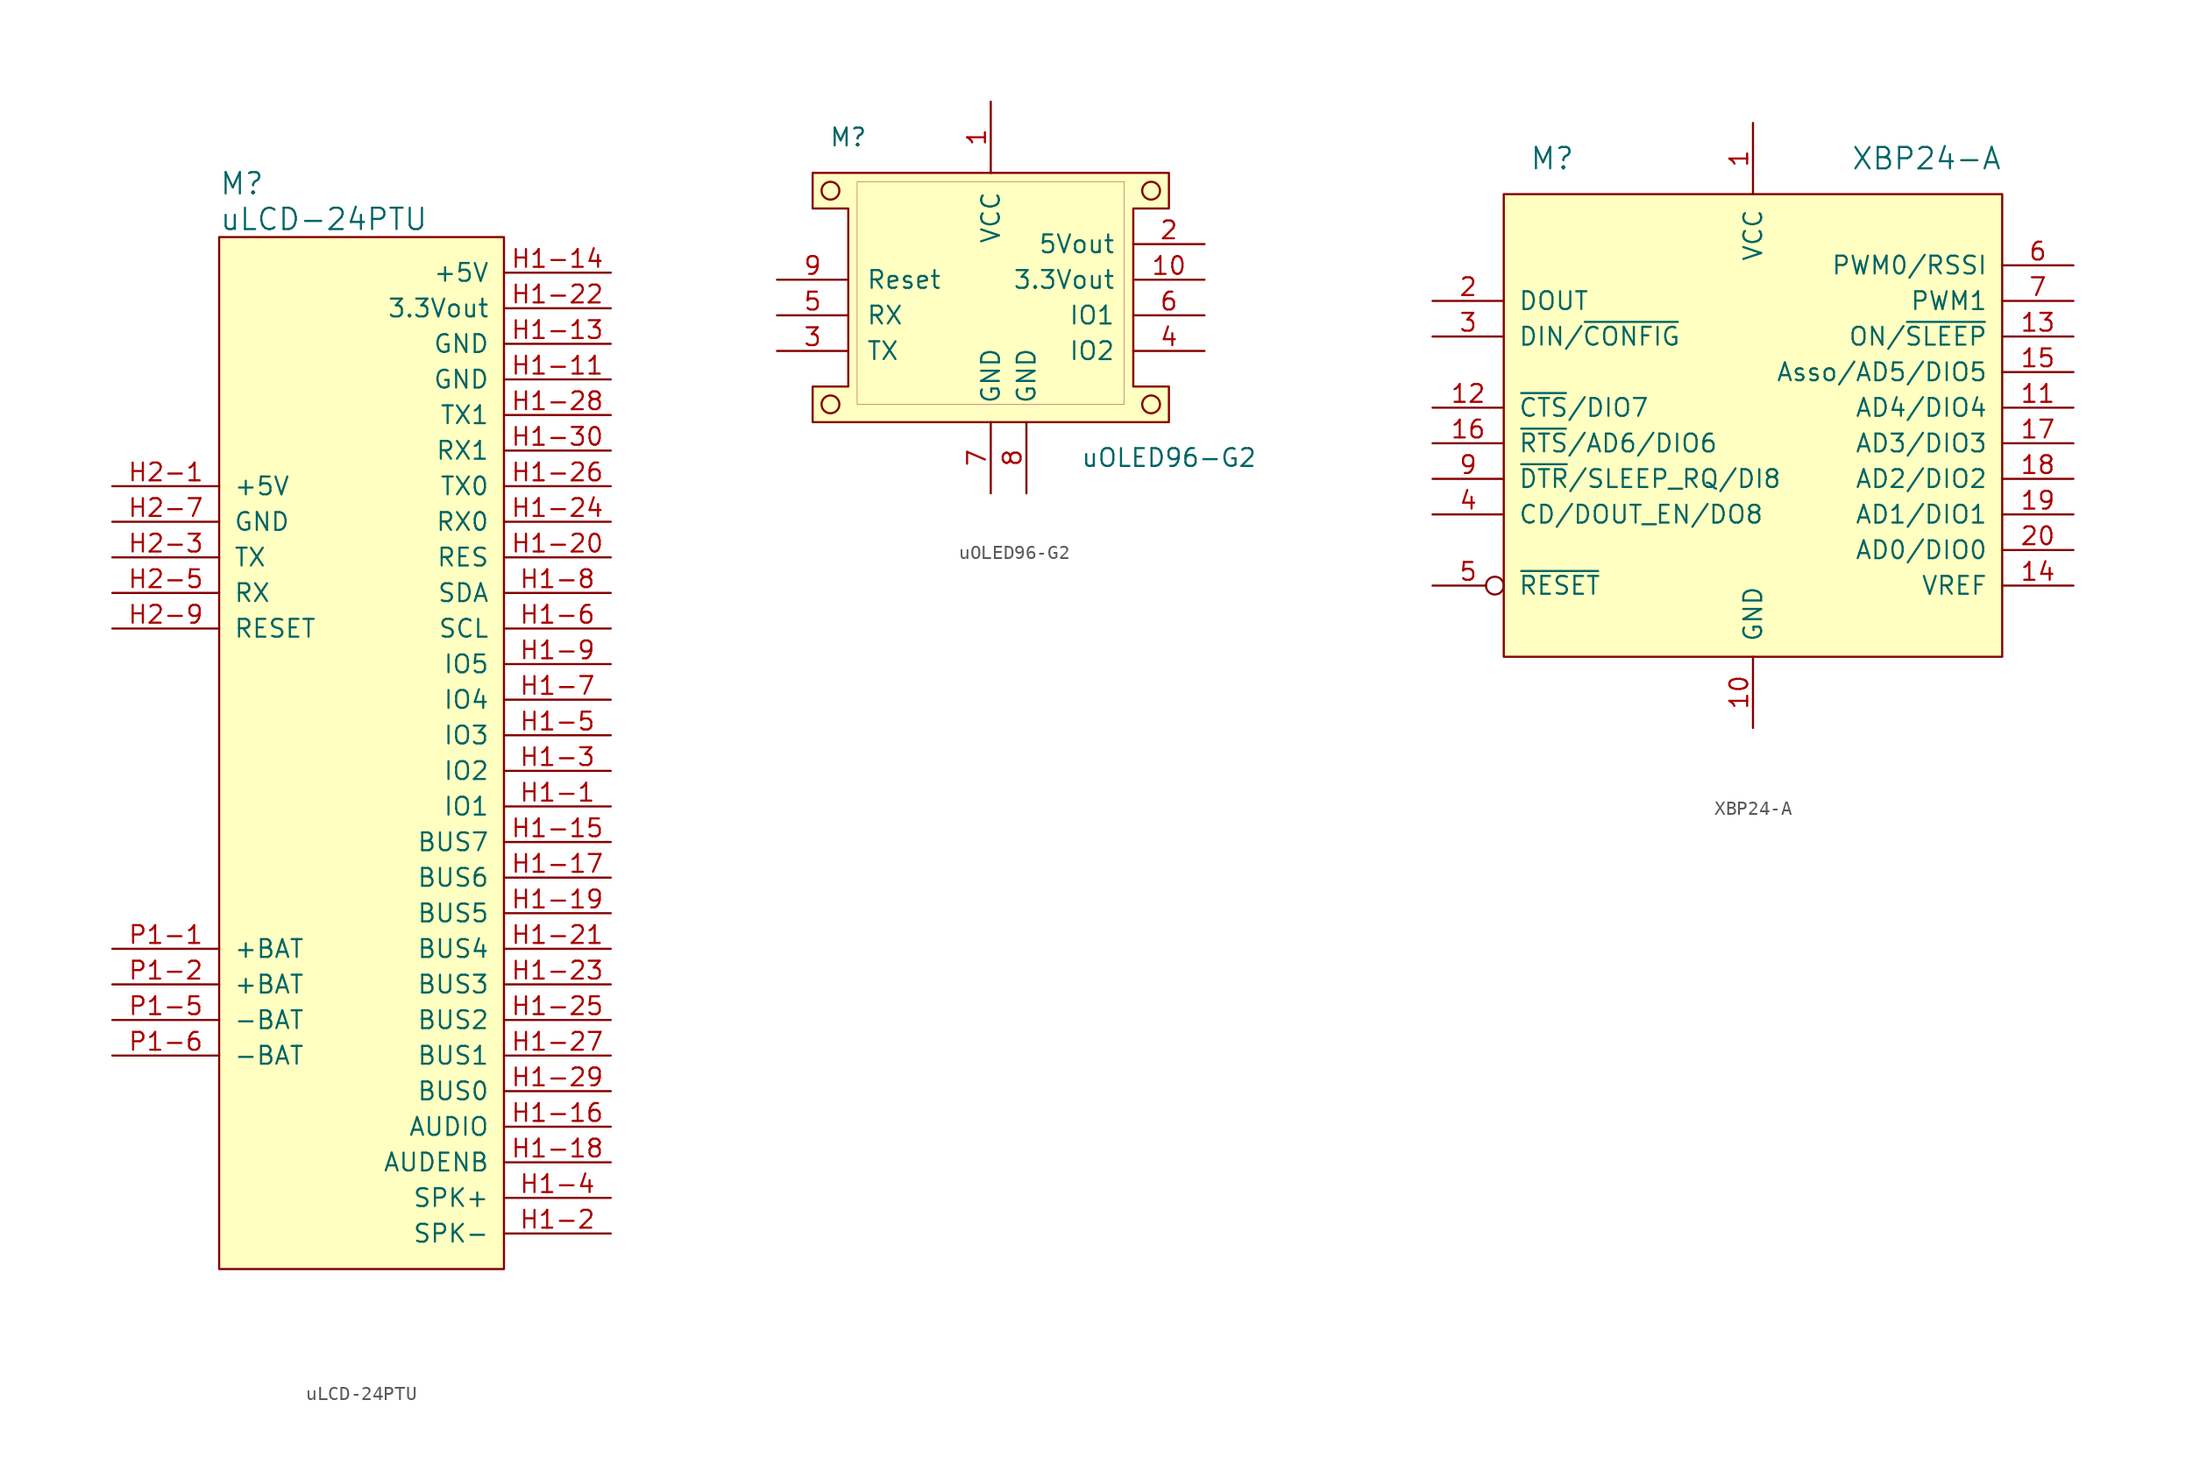
<source format=kicad_sym>
(kicad_symbol_lib
  (version 20211014)
  (generator kicad_symbol_editor)
  (symbol "uLCD-24PTU"
    (pin_names
      (offset 1.016))
    (property "Reference" "M"
      (at -10.16 39.37 0)
      (effects (font (size 1.524 1.524)) (justify left)))
    (property "Value" "uLCD-24PTU"
      (at -10.16 36.83 0)
      (effects (font (size 1.524 1.524)) (justify left)))
    (symbol "uLCD-24PTU_1_1"
      (rectangle (start -10.16 35.56) (end 10.16 -38.1) (stroke (width 0.152) (type default) (color 0 0 0 0)) (fill (type background)))
      (pin bidirectional line (at 17.78 -5.08 180) (length 7.62) (name "IO1" (effects (font (size 1.27 1.27)))) (number "H1-1" (effects (font (size 1.27 1.27)))))
      (pin power_in line (at 17.78 25.4 180) (length 7.62) (name "GND" (effects (font (size 1.27 1.27)))) (number "H1-11" (effects (font (size 1.27 1.27)))))
      (pin power_in line (at 17.78 27.94 180) (length 7.62) (name "GND" (effects (font (size 1.27 1.27)))) (number "H1-13" (effects (font (size 1.27 1.27)))))
      (pin power_in line (at 17.78 33.02 180) (length 7.62) (name "+5V" (effects (font (size 1.27 1.27)))) (number "H1-14" (effects (font (size 1.27 1.27)))))
      (pin bidirectional line (at 17.78 -7.62 180) (length 7.62) (name "BUS7" (effects (font (size 1.27 1.27)))) (number "H1-15" (effects (font (size 1.27 1.27)))))
      (pin bidirectional line (at 17.78 -27.94 180) (length 7.62) (name "AUDIO" (effects (font (size 1.27 1.27)))) (number "H1-16" (effects (font (size 1.27 1.27)))))
      (pin bidirectional line (at 17.78 -10.16 180) (length 7.62) (name "BUS6" (effects (font (size 1.27 1.27)))) (number "H1-17" (effects (font (size 1.27 1.27)))))
      (pin input line (at 17.78 -30.48 180) (length 7.62) (name "AUDENB" (effects (font (size 1.27 1.27)))) (number "H1-18" (effects (font (size 1.27 1.27)))))
      (pin bidirectional line (at 17.78 -12.7 180) (length 7.62) (name "BUS5" (effects (font (size 1.27 1.27)))) (number "H1-19" (effects (font (size 1.27 1.27)))))
      (pin output line (at 17.78 -35.56 180) (length 7.62) (name "SPK-" (effects (font (size 1.27 1.27)))) (number "H1-2" (effects (font (size 1.27 1.27)))))
      (pin input line (at 17.78 12.7 180) (length 7.62) (name "RES" (effects (font (size 1.27 1.27)))) (number "H1-20" (effects (font (size 1.27 1.27)))))
      (pin bidirectional line (at 17.78 -15.24 180) (length 7.62) (name "BUS4" (effects (font (size 1.27 1.27)))) (number "H1-21" (effects (font (size 1.27 1.27)))))
      (pin power_out line (at 17.78 30.48 180) (length 7.62) (name "3.3Vout" (effects (font (size 1.27 1.27)))) (number "H1-22" (effects (font (size 1.27 1.27)))))
      (pin bidirectional line (at 17.78 -17.78 180) (length 7.62) (name "BUS3" (effects (font (size 1.27 1.27)))) (number "H1-23" (effects (font (size 1.27 1.27)))))
      (pin input line (at 17.78 15.24 180) (length 7.62) (name "RX0" (effects (font (size 1.27 1.27)))) (number "H1-24" (effects (font (size 1.27 1.27)))))
      (pin bidirectional line (at 17.78 -20.32 180) (length 7.62) (name "BUS2" (effects (font (size 1.27 1.27)))) (number "H1-25" (effects (font (size 1.27 1.27)))))
      (pin output line (at 17.78 17.78 180) (length 7.62) (name "TX0" (effects (font (size 1.27 1.27)))) (number "H1-26" (effects (font (size 1.27 1.27)))))
      (pin bidirectional line (at 17.78 -22.86 180) (length 7.62) (name "BUS1" (effects (font (size 1.27 1.27)))) (number "H1-27" (effects (font (size 1.27 1.27)))))
      (pin output line (at 17.78 22.86 180) (length 7.62) (name "TX1" (effects (font (size 1.27 1.27)))) (number "H1-28" (effects (font (size 1.27 1.27)))))
      (pin bidirectional line (at 17.78 -25.4 180) (length 7.62) (name "BUS0" (effects (font (size 1.27 1.27)))) (number "H1-29" (effects (font (size 1.27 1.27)))))
      (pin bidirectional line (at 17.78 -2.54 180) (length 7.62) (name "IO2" (effects (font (size 1.27 1.27)))) (number "H1-3" (effects (font (size 1.27 1.27)))))
      (pin input line (at 17.78 20.32 180) (length 7.62) (name "RX1" (effects (font (size 1.27 1.27)))) (number "H1-30" (effects (font (size 1.27 1.27)))))
      (pin output line (at 17.78 -33.02 180) (length 7.62) (name "SPK+" (effects (font (size 1.27 1.27)))) (number "H1-4" (effects (font (size 1.27 1.27)))))
      (pin bidirectional line (at 17.78 0 180) (length 7.62) (name "IO3" (effects (font (size 1.27 1.27)))) (number "H1-5" (effects (font (size 1.27 1.27)))))
      (pin output line (at 17.78 7.62 180) (length 7.62) (name "SCL" (effects (font (size 1.27 1.27)))) (number "H1-6" (effects (font (size 1.27 1.27)))))
      (pin bidirectional line (at 17.78 2.54 180) (length 7.62) (name "IO4" (effects (font (size 1.27 1.27)))) (number "H1-7" (effects (font (size 1.27 1.27)))))
      (pin bidirectional line (at 17.78 10.16 180) (length 7.62) (name "SDA" (effects (font (size 1.27 1.27)))) (number "H1-8" (effects (font (size 1.27 1.27)))))
      (pin bidirectional line (at 17.78 5.08 180) (length 7.62) (name "IO5" (effects (font (size 1.27 1.27)))) (number "H1-9" (effects (font (size 1.27 1.27)))))
      (pin power_in line (at -17.78 17.78 0) (length 7.62) (name "+5V" (effects (font (size 1.27 1.27)))) (number "H2-1" (effects (font (size 1.27 1.27)))))
      (pin output line (at -17.78 12.7 0) (length 7.62) (name "TX" (effects (font (size 1.27 1.27)))) (number "H2-3" (effects (font (size 1.27 1.27)))))
      (pin input line (at -17.78 10.16 0) (length 7.62) (name "RX" (effects (font (size 1.27 1.27)))) (number "H2-5" (effects (font (size 1.27 1.27)))))
      (pin power_in line (at -17.78 15.24 0) (length 7.62) (name "GND" (effects (font (size 1.27 1.27)))) (number "H2-7" (effects (font (size 1.27 1.27)))))
      (pin input line (at -17.78 7.62 0) (length 7.62) (name "RESET" (effects (font (size 1.27 1.27)))) (number "H2-9" (effects (font (size 1.27 1.27)))))
      (pin power_in line (at -17.78 -15.24 0) (length 7.62) (name "+BAT" (effects (font (size 1.27 1.27)))) (number "P1-1" (effects (font (size 1.27 1.27)))))
      (pin power_in line (at -17.78 -17.78 0) (length 7.62) (name "+BAT" (effects (font (size 1.27 1.27)))) (number "P1-2" (effects (font (size 1.27 1.27)))))
      (pin power_in line (at -17.78 -20.32 0) (length 7.62) (name "-BAT" (effects (font (size 1.27 1.27)))) (number "P1-5" (effects (font (size 1.27 1.27)))))
      (pin power_in line (at -17.78 -22.86 0) (length 7.62) (name "-BAT" (effects (font (size 1.27 1.27)))) (number "P1-6" (effects (font (size 1.27 1.27)))))))
  (symbol "uOLED96-G2"
    (pin_names
      (offset 1.27))
    (property "Reference" "M"
      (at -10.16 12.7 0)
      (effects (font (size 1.27 1.27))))
    (property "Value" "uOLED96-G2"
      (at 12.7 -10.16 0)
      (effects (font (size 1.27 1.27))))
    (symbol "uOLED96-G2_0_0"
      (pin power_in line (at 0 15.24 270) (length 5.08) (name "VCC" (effects (font (size 1.27 1.27)))) (number "1" (effects (font (size 1.27 1.27)))))
      (pin power_out line (at 15.24 2.54 180) (length 5.08) (name "3.3Vout" (effects (font (size 1.27 1.27)))) (number "10" (effects (font (size 1.27 1.27)))))
      (pin power_out line (at 15.24 5.08 180) (length 5.08) (name "5Vout" (effects (font (size 1.27 1.27)))) (number "2" (effects (font (size 1.27 1.27)))))
      (pin output line (at -15.24 -2.54 0) (length 5.08) (name "TX" (effects (font (size 1.27 1.27)))) (number "3" (effects (font (size 1.27 1.27)))))
      (pin bidirectional line (at 15.24 -2.54 180) (length 5.08) (name "IO2" (effects (font (size 1.27 1.27)))) (number "4" (effects (font (size 1.27 1.27)))))
      (pin input line (at -15.24 0 0) (length 5.08) (name "RX" (effects (font (size 1.27 1.27)))) (number "5" (effects (font (size 1.27 1.27)))))
      (pin bidirectional line (at 15.24 0 180) (length 5.08) (name "IO1" (effects (font (size 1.27 1.27)))) (number "6" (effects (font (size 1.27 1.27)))))
      (pin power_in line (at 0 -12.7 90) (length 5.08) (name "GND" (effects (font (size 1.27 1.27)))) (number "7" (effects (font (size 1.27 1.27)))))
      (pin power_in line (at 2.54 -12.7 90) (length 5.08) (name "GND" (effects (font (size 1.27 1.27)))) (number "8" (effects (font (size 1.27 1.27)))))
      (pin input line (at -15.24 2.54 0) (length 5.08) (name "Reset" (effects (font (size 1.27 1.27)))) (number "9" (effects (font (size 1.27 1.27))))))
    (symbol "uOLED96-G2_0_1"
      (circle (center -11.43 -6.35) (radius 0.635) (stroke (width 0) (type default) (color 0 0 0 0)) (fill (type none)))
      (circle (center -11.43 8.89) (radius 0.635) (stroke (width 0) (type default) (color 0 0 0 0)) (fill (type none)))
      (rectangle (start -9.525 9.525) (end 9.525 -6.35) (stroke (width 0.025) (type default) (color 0 0 0 0)) (fill (type none)))
      (polyline (pts (xy -12.7 10.16) (xy -12.7 7.62) (xy -10.16 7.62) (xy -10.16 -5.08) (xy -12.7 -5.08) (xy -12.7 -7.62) (xy 12.7 -7.62) (xy 12.7 -5.08) (xy 10.16 -5.08) (xy 10.16 7.62) (xy 12.7 7.62) (xy 12.7 10.16) (xy -12.7 10.16)) (stroke (width 0) (type default) (color 0 0 0 0)) (fill (type background)))
      (circle (center 11.43 -6.35) (radius 0.635) (stroke (width 0) (type default) (color 0 0 0 0)) (fill (type none)))
      (circle (center 11.43 8.89) (radius 0.635) (stroke (width 0) (type default) (color 0 0 0 0)) (fill (type none)))))
  (symbol "XBP24-A"
    (pin_names
      (offset 1.016))
    (property "Reference" "M"
      (at -12.7 17.78 0)
      (effects (font (size 1.524 1.524)) (justify right)))
    (property "Value" "XBP24-A"
      (at 17.78 17.78 0)
      (effects (font (size 1.524 1.524)) (justify right)))
    (symbol "XBP24-A_1_1"
      (rectangle (start -17.78 15.24) (end 17.78 -17.78) (stroke (width 0.152) (type default) (color 0 0 0 0)) (fill (type background)))
      (pin power_in line (at 0 20.32 270) (length 5.08) (name "VCC" (effects (font (size 1.27 1.27)))) (number "1" (effects (font (size 1.27 1.27)))))
      (pin power_in line (at 0 -22.86 90) (length 5.08) (name "GND" (effects (font (size 1.27 1.27)))) (number "10" (effects (font (size 1.27 1.27)))))
      (pin bidirectional line (at 22.86 0 180) (length 5.08) (name "AD4/DIO4" (effects (font (size 1.27 1.27)))) (number "11" (effects (font (size 1.27 1.27)))))
      (pin bidirectional line (at -22.86 0 0) (length 5.08) (name "~{CTS}/DIO7" (effects (font (size 1.27 1.27)))) (number "12" (effects (font (size 1.27 1.27)))))
      (pin output line (at 22.86 5.08 180) (length 5.08) (name "ON/~{SLEEP}" (effects (font (size 1.27 1.27)))) (number "13" (effects (font (size 1.27 1.27)))))
      (pin input line (at 22.86 -12.7 180) (length 5.08) (name "VREF" (effects (font (size 1.27 1.27)))) (number "14" (effects (font (size 1.27 1.27)))))
      (pin bidirectional line (at 22.86 2.54 180) (length 5.08) (name "Asso/AD5/DIO5" (effects (font (size 1.27 1.27)))) (number "15" (effects (font (size 1.27 1.27)))))
      (pin bidirectional line (at -22.86 -2.54 0) (length 5.08) (name "~{RTS}/AD6/DIO6" (effects (font (size 1.27 1.27)))) (number "16" (effects (font (size 1.27 1.27)))))
      (pin bidirectional line (at 22.86 -2.54 180) (length 5.08) (name "AD3/DIO3" (effects (font (size 1.27 1.27)))) (number "17" (effects (font (size 1.27 1.27)))))
      (pin bidirectional line (at 22.86 -5.08 180) (length 5.08) (name "AD2/DIO2" (effects (font (size 1.27 1.27)))) (number "18" (effects (font (size 1.27 1.27)))))
      (pin bidirectional line (at 22.86 -7.62 180) (length 5.08) (name "AD1/DIO1" (effects (font (size 1.27 1.27)))) (number "19" (effects (font (size 1.27 1.27)))))
      (pin output line (at -22.86 7.62 0) (length 5.08) (name "DOUT" (effects (font (size 1.27 1.27)))) (number "2" (effects (font (size 1.27 1.27)))))
      (pin bidirectional line (at 22.86 -10.16 180) (length 5.08) (name "AD0/DIO0" (effects (font (size 1.27 1.27)))) (number "20" (effects (font (size 1.27 1.27)))))
      (pin input line (at -22.86 5.08 0) (length 5.08) (name "DIN/~{CONFIG}" (effects (font (size 1.27 1.27)))) (number "3" (effects (font (size 1.27 1.27)))))
      (pin output line (at -22.86 -7.62 0) (length 5.08) (name "CD/DOUT_EN/DO8" (effects (font (size 1.27 1.27)))) (number "4" (effects (font (size 1.27 1.27)))))
      (pin input inverted (at -22.86 -12.7 0) (length 5.08) (name "~{RESET}" (effects (font (size 1.27 1.27)))) (number "5" (effects (font (size 1.27 1.27)))))
      (pin output line (at 22.86 10.16 180) (length 5.08) (name "PWM0/RSSI" (effects (font (size 1.27 1.27)))) (number "6" (effects (font (size 1.27 1.27)))))
      (pin output line (at 22.86 7.62 180) (length 5.08) (name "PWM1" (effects (font (size 1.27 1.27)))) (number "7" (effects (font (size 1.27 1.27)))))
      (pin input line (at -22.86 -5.08 0) (length 5.08) (name "~{DTR}/SLEEP_RQ/DI8" (effects (font (size 1.27 1.27)))) (number "9" (effects (font (size 1.27 1.27))))))))
</source>
